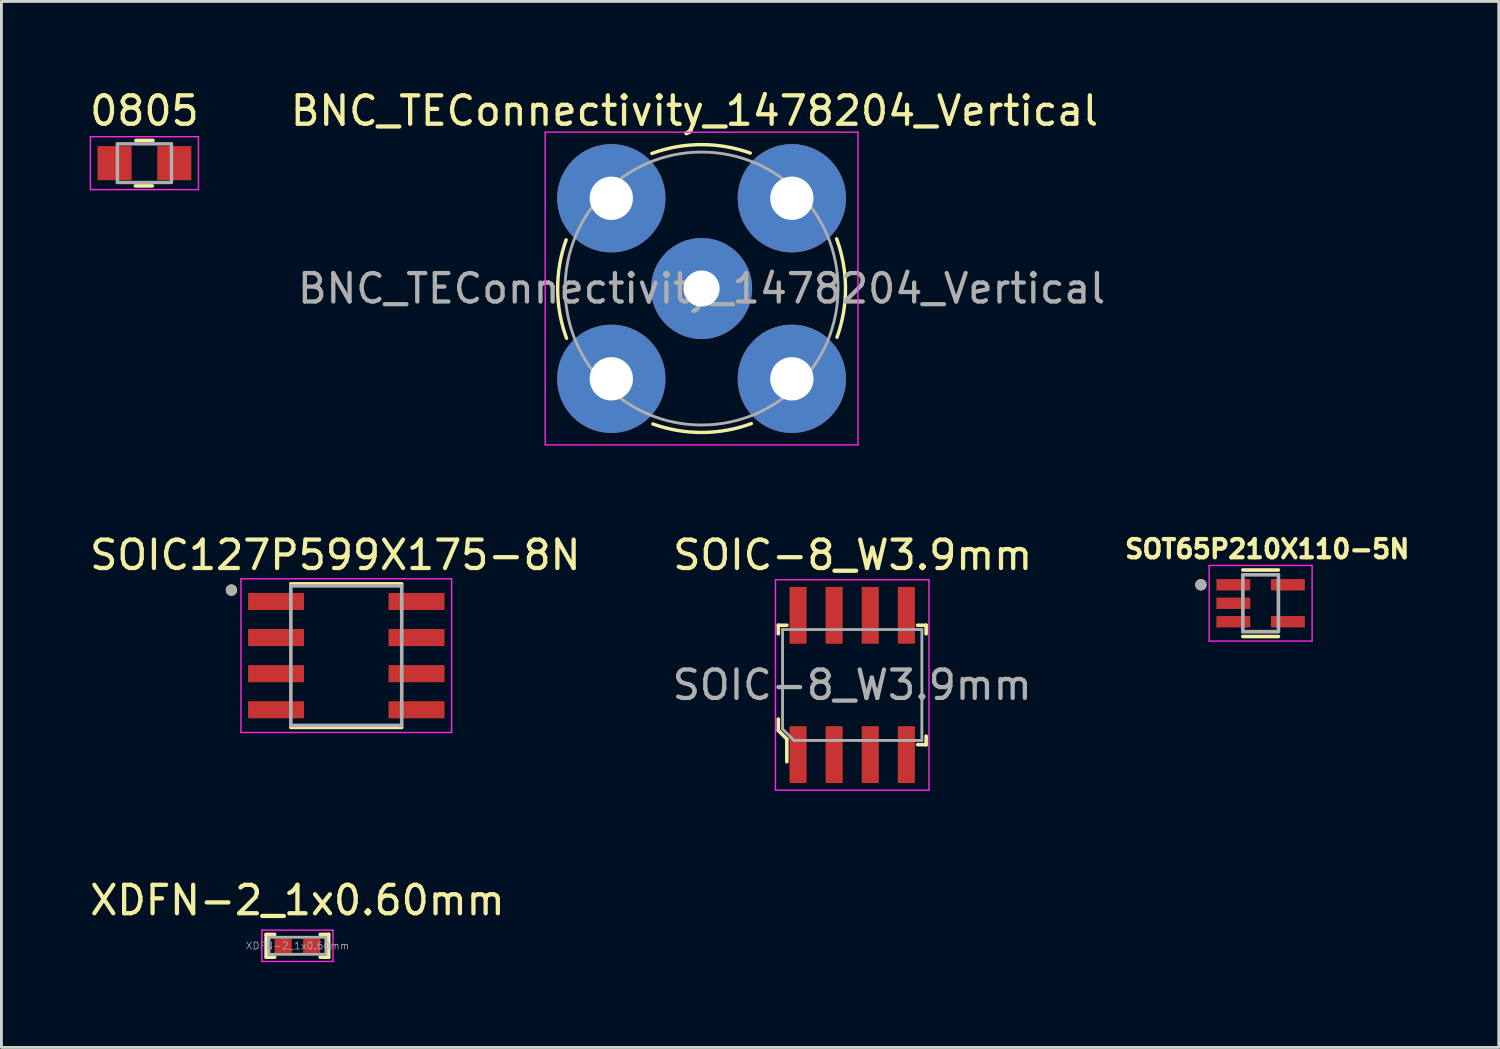
<source format=kicad_pcb>
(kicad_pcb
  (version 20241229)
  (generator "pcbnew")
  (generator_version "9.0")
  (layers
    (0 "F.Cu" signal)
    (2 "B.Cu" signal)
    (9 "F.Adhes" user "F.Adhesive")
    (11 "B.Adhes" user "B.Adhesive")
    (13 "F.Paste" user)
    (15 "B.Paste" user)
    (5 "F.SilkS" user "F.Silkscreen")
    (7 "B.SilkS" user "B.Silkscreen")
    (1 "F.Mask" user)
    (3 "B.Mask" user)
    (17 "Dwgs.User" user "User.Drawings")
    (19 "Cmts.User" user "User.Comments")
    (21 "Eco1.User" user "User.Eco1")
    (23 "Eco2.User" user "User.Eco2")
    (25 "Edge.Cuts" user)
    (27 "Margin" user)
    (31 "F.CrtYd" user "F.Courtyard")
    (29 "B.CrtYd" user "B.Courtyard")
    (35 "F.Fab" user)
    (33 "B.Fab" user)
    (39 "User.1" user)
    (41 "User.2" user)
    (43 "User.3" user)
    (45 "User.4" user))
  (footprint "SOT65P210X110-5N"
    (layer "F.Cu")
    (at 41.287 18.167)
    (property "Reference" "SOT65P210X110-5N" (at 0.232 -1.906 0) (layer "F.SilkS") (effects (font (size 0.64 0.64) (thickness 0.15))))
    (attr through_hole)
    (fp_line (start -0.625 -1.17) (end 0.625 -1.17) (stroke (width 0.127) (type solid)) (layer "F.SilkS"))
    (fp_line (start 0.625 1.17) (end -0.625 1.17) (stroke (width 0.127) (type solid)) (layer "F.SilkS"))
    (fp_circle (center -2.1 -0.65) (end -2 -0.65) (stroke (width 0.2) (type solid)) (fill no) (layer "F.SilkS"))
    (fp_line (start -1.81 -1.33) (end 1.81 -1.33) (stroke (width 0.05) (type solid)) (layer "F.CrtYd"))
    (fp_line (start -1.81 1.33) (end -1.81 -1.33) (stroke (width 0.05) (type solid)) (layer "F.CrtYd"))
    (fp_line (start 1.81 -1.33) (end 1.81 1.33) (stroke (width 0.05) (type solid)) (layer "F.CrtYd"))
    (fp_line (start 1.81 1.33) (end -1.81 1.33) (stroke (width 0.05) (type solid)) (layer "F.CrtYd"))
    (fp_line (start -0.625 -1) (end 0.625 -1) (stroke (width 0.127) (type solid)) (layer "F.Fab"))
    (fp_line (start -0.625 1) (end -0.625 -1) (stroke (width 0.127) (type solid)) (layer "F.Fab"))
    (fp_line (start 0.625 -1) (end 0.625 1) (stroke (width 0.127) (type solid)) (layer "F.Fab"))
    (fp_line (start 0.625 1) (end -0.625 1) (stroke (width 0.127) (type solid)) (layer "F.Fab"))
    (fp_circle (center -2.1 -0.65) (end -2 -0.65) (stroke (width 0.2) (type solid)) (fill no) (layer "F.Fab"))
    (pad "1" smd rect (at -0.96 -0.65) (size 1.19 0.4) (layers "F.Cu" "F.Mask" "F.Paste"))
    (pad "2" smd rect (at -0.96 0) (size 1.19 0.4) (layers "F.Cu" "F.Mask" "F.Paste"))
    (pad "3" smd rect (at -0.96 0.65) (size 1.19 0.4) (layers "F.Cu" "F.Mask" "F.Paste"))
    (pad "4" smd rect (at 0.96 0.65) (size 1.19 0.4) (layers "F.Cu" "F.Mask" "F.Paste"))
    (pad "5" smd rect (at 0.96 -0.65) (size 1.19 0.4) (layers "F.Cu" "F.Mask" "F.Paste")))
  (footprint "SOIC127P599X175-8N"
    (layer "F.Cu")
    (at 9.129 20.009)
    (property "Reference" "SOIC127P599X175-8N" (at -0.385 -3.537 0) (layer "F.SilkS") (effects (font (size 1 1) (thickness 0.15))))
    (attr through_hole)
    (fp_line (start -1.95 -2.525) (end 1.95 -2.525) (stroke (width 0.127) (type solid)) (layer "F.SilkS"))
    (fp_line (start -1.95 2.525) (end 1.95 2.525) (stroke (width 0.127) (type solid)) (layer "F.SilkS"))
    (fp_circle (center -4.04 -2.305) (end -3.94 -2.305) (stroke (width 0.2) (type solid)) (fill no) (layer "F.SilkS"))
    (fp_line (start -3.705 -2.703) (end -3.705 2.703) (stroke (width 0.05) (type solid)) (layer "F.CrtYd"))
    (fp_line (start -3.705 -2.703) (end 3.705 -2.703) (stroke (width 0.05) (type solid)) (layer "F.CrtYd"))
    (fp_line (start -3.705 2.703) (end 3.705 2.703) (stroke (width 0.05) (type solid)) (layer "F.CrtYd"))
    (fp_line (start 3.705 -2.703) (end 3.705 2.703) (stroke (width 0.05) (type solid)) (layer "F.CrtYd"))
    (fp_line (start -1.95 -2.453) (end -1.95 2.453) (stroke (width 0.127) (type solid)) (layer "F.Fab"))
    (fp_line (start -1.95 -2.453) (end 1.95 -2.453) (stroke (width 0.127) (type solid)) (layer "F.Fab"))
    (fp_line (start -1.95 2.453) (end 1.95 2.453) (stroke (width 0.127) (type solid)) (layer "F.Fab"))
    (fp_line (start 1.95 -2.453) (end 1.95 2.453) (stroke (width 0.127) (type solid)) (layer "F.Fab"))
    (fp_circle (center -4.04 -2.305) (end -3.94 -2.305) (stroke (width 0.2) (type solid)) (fill no) (layer "F.Fab"))
    (pad "1" smd rect (at -2.47 -1.905) (size 1.97 0.6) (layers "F.Cu" "F.Mask" "F.Paste"))
    (pad "2" smd rect (at -2.47 -0.635) (size 1.97 0.6) (layers "F.Cu" "F.Mask" "F.Paste"))
    (pad "3" smd rect (at -2.47 0.635) (size 1.97 0.6) (layers "F.Cu" "F.Mask" "F.Paste"))
    (pad "4" smd rect (at -2.47 1.905) (size 1.97 0.6) (layers "F.Cu" "F.Mask" "F.Paste"))
    (pad "5" smd rect (at 2.47 1.905) (size 1.97 0.6) (layers "F.Cu" "F.Mask" "F.Paste"))
    (pad "6" smd rect (at 2.47 0.635) (size 1.97 0.6) (layers "F.Cu" "F.Mask" "F.Paste"))
    (pad "7" smd rect (at 2.47 -0.635) (size 1.97 0.6) (layers "F.Cu" "F.Mask" "F.Paste"))
    (pad "8" smd rect (at 2.47 -1.905) (size 1.97 0.6) (layers "F.Cu" "F.Mask" "F.Paste")))
  (footprint "BNC_TEConnectivity_1478204_Vertical"
    (layer "F.Cu")
    (at 21.625 7.098)
    (property "Reference" "BNC_TEConnectivity_1478204_Vertical" (at -0.25 -6.25 0) (layer "F.SilkS") (effects (font (size 1 1) (thickness 0.15))))
    (attr through_hole)
    (fp_arc (start -4.75 1.75) (mid -5.062075 0.019867) (end -4.763589 -1.712663) (stroke (width 0.12) (type solid)) (layer "F.SilkS"))
    (fp_arc (start -1.75 -4.75) (mid -0.019867 -5.062075) (end 1.712663 -4.763589) (stroke (width 0.12) (type solid)) (layer "F.SilkS"))
    (fp_arc (start 1.75 4.75) (mid 0.019867 5.062075) (end -1.712663 4.763589) (stroke (width 0.12) (type solid)) (layer "F.SilkS"))
    (fp_arc (start 4.75 -1.75) (mid 5.062075 -0.019867) (end 4.763589 1.712663) (stroke (width 0.12) (type solid)) (layer "F.SilkS"))
    (fp_line (start -5.5 -5.5) (end 5.5 -5.5) (stroke (width 0.05) (type solid)) (layer "F.CrtYd"))
    (fp_line (start -5.5 5.5) (end -5.5 -5.5) (stroke (width 0.05) (type solid)) (layer "F.CrtYd"))
    (fp_line (start 5.5 -5.5) (end 5.5 5.5) (stroke (width 0.05) (type solid)) (layer "F.CrtYd"))
    (fp_line (start 5.5 5.5) (end -5.5 5.5) (stroke (width 0.05) (type solid)) (layer "F.CrtYd"))
    (fp_circle (center 0 0) (end 4.8 0) (stroke (width 0.1) (type solid)) (fill no) (layer "F.Fab"))
    (fp_text user "${REFERENCE}" (at 0 0 0) (layer "F.Fab") (effects (font (size 1 1) (thickness 0.15))))
    (pad "1" thru_hole circle (at 0 0) (size 3.556 3.556) (drill 1.27) (layers "*.Cu" "*.Mask"))
    (pad "2" thru_hole circle (at -3.175 -3.175) (size 3.81 3.81) (drill 1.524) (layers "*.Cu" "*.Mask"))
    (pad "2" thru_hole circle (at -3.175 3.175) (size 3.81 3.81) (drill 1.524) (layers "*.Cu" "*.Mask"))
    (pad "2" thru_hole circle (at 3.175 -3.175) (size 3.81 3.81) (drill 1.524) (layers "*.Cu" "*.Mask"))
    (pad "2" thru_hole circle (at 3.175 3.175) (size 3.81 3.81) (drill 1.524) (layers "*.Cu" "*.Mask")))
  (footprint "SOIC-8_W3.9mm"
    (layer "F.Cu")
    (at 26.923 21.041)
    (property "Reference" "SOIC-8_W3.9mm" (at 0.018 -4.569 0) (layer "F.SilkS") (effects (font (size 1 1) (thickness 0.15))))
    (attr smd)
    (fp_line (start -2.6 -2.1) (end -2.6 -1.8) (stroke (width 0.127) (type solid)) (layer "F.SilkS"))
    (fp_line (start -2.6 1.2) (end -2.6 1.6) (stroke (width 0.127) (type solid)) (layer "F.SilkS"))
    (fp_line (start -2.6 1.6) (end -2.3 1.9) (stroke (width 0.127) (type solid)) (layer "F.SilkS"))
    (fp_line (start -2.3 -2.1) (end -2.6 -2.1) (stroke (width 0.127) (type solid)) (layer "F.SilkS"))
    (fp_line (start -2.3 1.9) (end -2.3 2.7) (stroke (width 0.127) (type solid)) (layer "F.SilkS"))
    (fp_line (start 2.3 -2.1) (end 2.6 -2.1) (stroke (width 0.127) (type solid)) (layer "F.SilkS"))
    (fp_line (start 2.3 2.1) (end 2.6 2.1) (stroke (width 0.127) (type solid)) (layer "F.SilkS"))
    (fp_line (start 2.6 -2.1) (end 2.6 -1.8) (stroke (width 0.127) (type solid)) (layer "F.SilkS"))
    (fp_line (start 2.6 2.1) (end 2.6 1.8) (stroke (width 0.127) (type solid)) (layer "F.SilkS"))
    (fp_line (start -2.7 -3.7) (end -2.7 3.7) (stroke (width 0.05) (type solid)) (layer "F.CrtYd"))
    (fp_line (start -2.7 -3.7) (end 2.7 -3.7) (stroke (width 0.05) (type solid)) (layer "F.CrtYd"))
    (fp_line (start -2.7 3.7) (end 2.7 3.7) (stroke (width 0.05) (type solid)) (layer "F.CrtYd"))
    (fp_line (start 2.7 -3.7) (end 2.7 3.7) (stroke (width 0.05) (type solid)) (layer "F.CrtYd"))
    (fp_line (start -2.45 -1.95) (end 2.45 -1.95) (stroke (width 0.1) (type solid)) (layer "F.Fab"))
    (fp_line (start -2.45 1.55) (end -2.45 -1.95) (stroke (width 0.1) (type solid)) (layer "F.Fab"))
    (fp_line (start -2.45 1.55) (end -2.05 1.95) (stroke (width 0.1) (type solid)) (layer "F.Fab"))
    (fp_line (start -2.05 1.95) (end 2.45 1.95) (stroke (width 0.1) (type solid)) (layer "F.Fab"))
    (fp_line (start 2.45 -1.95) (end 2.45 1.95) (stroke (width 0.1) (type solid)) (layer "F.Fab"))
    (fp_text user "${REFERENCE}" (at 0 0 0) (layer "F.Fab") (effects (font (size 1 1) (thickness 0.15))))
    (pad "1" smd rect (at -1.905 2.45) (size 0.6 2) (layers "F.Cu" "F.Mask" "F.Paste"))
    (pad "2" smd rect (at -0.635 2.45) (size 0.6 2) (layers "F.Cu" "F.Mask" "F.Paste"))
    (pad "3" smd rect (at 0.635 2.45) (size 0.6 2) (layers "F.Cu" "F.Mask" "F.Paste"))
    (pad "4" smd rect (at 1.905 2.45) (size 0.6 2) (layers "F.Cu" "F.Mask" "F.Paste"))
    (pad "5" smd rect (at 1.905 -2.45) (size 0.6 2) (layers "F.Cu" "F.Mask" "F.Paste"))
    (pad "6" smd rect (at 0.635 -2.45) (size 0.6 2) (layers "F.Cu" "F.Mask" "F.Paste"))
    (pad "7" smd rect (at -0.635 -2.45) (size 0.6 2) (layers "F.Cu" "F.Mask" "F.Paste"))
    (pad "8" smd rect (at -1.905 -2.45) (size 0.6 2) (layers "F.Cu" "F.Mask" "F.Paste")))
  (footprint "XDFN-2_1x0.60mm"
    (layer "F.Cu")
    (at 7.411 30.214)
    (property "Reference" "XDFN-2_1x0.60mm" (at 0 -1.6 0) (layer "F.SilkS") (effects (font (size 1 1) (thickness 0.15))))
    (attr smd)
    (fp_line (start -1.1 -0.4) (end -1.1 0.4) (stroke (width 0.127) (type solid)) (layer "F.SilkS"))
    (fp_line (start -1.1 0.4) (end -0.8 0.4) (stroke (width 0.127) (type solid)) (layer "F.SilkS"))
    (fp_line (start -0.8 -0.4) (end -1.1 -0.4) (stroke (width 0.127) (type solid)) (layer "F.SilkS"))
    (fp_line (start 0.8 -0.4) (end 1.1 -0.4) (stroke (width 0.127) (type solid)) (layer "F.SilkS"))
    (fp_line (start 1.1 -0.4) (end 1.1 0.4) (stroke (width 0.127) (type solid)) (layer "F.SilkS"))
    (fp_line (start 1.1 0.4) (end 0.8 0.4) (stroke (width 0.127) (type solid)) (layer "F.SilkS"))
    (fp_line (start -1.25 -0.55) (end 1.25 -0.55) (stroke (width 0.05) (type solid)) (layer "F.CrtYd"))
    (fp_line (start -1.25 0.55) (end -1.25 -0.55) (stroke (width 0.05) (type solid)) (layer "F.CrtYd"))
    (fp_line (start -1.25 0.55) (end 1.25 0.55) (stroke (width 0.05) (type solid)) (layer "F.CrtYd"))
    (fp_line (start 1.25 0.55) (end 1.25 -0.55) (stroke (width 0.05) (type solid)) (layer "F.CrtYd"))
    (fp_line (start -1 -0.3) (end -1 0.3) (stroke (width 0.1) (type solid)) (layer "F.Fab"))
    (fp_line (start -1 -0.3) (end 1 -0.3) (stroke (width 0.1) (type solid)) (layer "F.Fab"))
    (fp_line (start -1 0.3) (end 1 0.3) (stroke (width 0.1) (type solid)) (layer "F.Fab"))
    (fp_line (start 1 -0.3) (end 1 0.3) (stroke (width 0.1) (type solid)) (layer "F.Fab"))
    (fp_text user "${REFERENCE}" (at 0 0 0) (layer "F.Fab") (effects (font (size 0.25 0.25) (thickness 0.025))))
    (pad "1" smd rect (at -0.5 0) (size 0.6 0.5) (layers "F.Cu" "F.Mask" "F.Paste"))
    (pad "2" smd rect (at 0.5 0) (size 0.6 0.5) (layers "F.Cu" "F.Mask" "F.Paste")))
  (footprint "0805"
    (layer "F.Cu")
    (at 2.03 2.688)
    (property "Reference" "0805" (at 0 -1.84 0) (layer "F.SilkS") (effects (font (size 1 1) (thickness 0.15))))
    (attr smd)
    (fp_line (start -0.32 0.8) (end 0.28 0.8) (stroke (width 0.127) (type solid)) (layer "F.SilkS"))
    (fp_line (start -0.3 -0.8) (end 0.3 -0.8) (stroke (width 0.127) (type solid)) (layer "F.SilkS"))
    (fp_line (start -1.9 -0.93) (end 1.9 -0.93) (stroke (width 0.05) (type solid)) (layer "F.CrtYd"))
    (fp_line (start -1.9 0.93) (end -1.9 -0.93) (stroke (width 0.05) (type solid)) (layer "F.CrtYd"))
    (fp_line (start -1.9 0.93) (end 1.9 0.93) (stroke (width 0.05) (type solid)) (layer "F.CrtYd"))
    (fp_line (start 1.9 0.93) (end 1.9 -0.93) (stroke (width 0.05) (type solid)) (layer "F.CrtYd"))
    (fp_line (start -0.95 -0.68) (end 0.95 -0.68) (stroke (width 0.12) (type solid)) (layer "F.Fab"))
    (fp_line (start -0.95 -0.675) (end -0.95 0.675) (stroke (width 0.12) (type solid)) (layer "F.Fab"))
    (fp_line (start -0.95 0.68) (end 0.95 0.68) (stroke (width 0.12) (type solid)) (layer "F.Fab"))
    (fp_line (start 0.95 -0.675) (end 0.95 0.675) (stroke (width 0.12) (type solid)) (layer "F.Fab"))
    (pad "1" smd rect (at -1.05 0) (size 1.2 1.2) (layers "F.Cu" "F.Mask" "F.Paste"))
    (pad "2" smd rect (at 1.05 0) (size 1.2 1.2) (layers "F.Cu" "F.Mask" "F.Paste")))
  (gr_rect
    (start -3 -3)
    (end 49.663 33.789)
    (stroke (width 0.1) (type default))
    (fill no)
    (layer "Edge.Cuts")))
</source>
